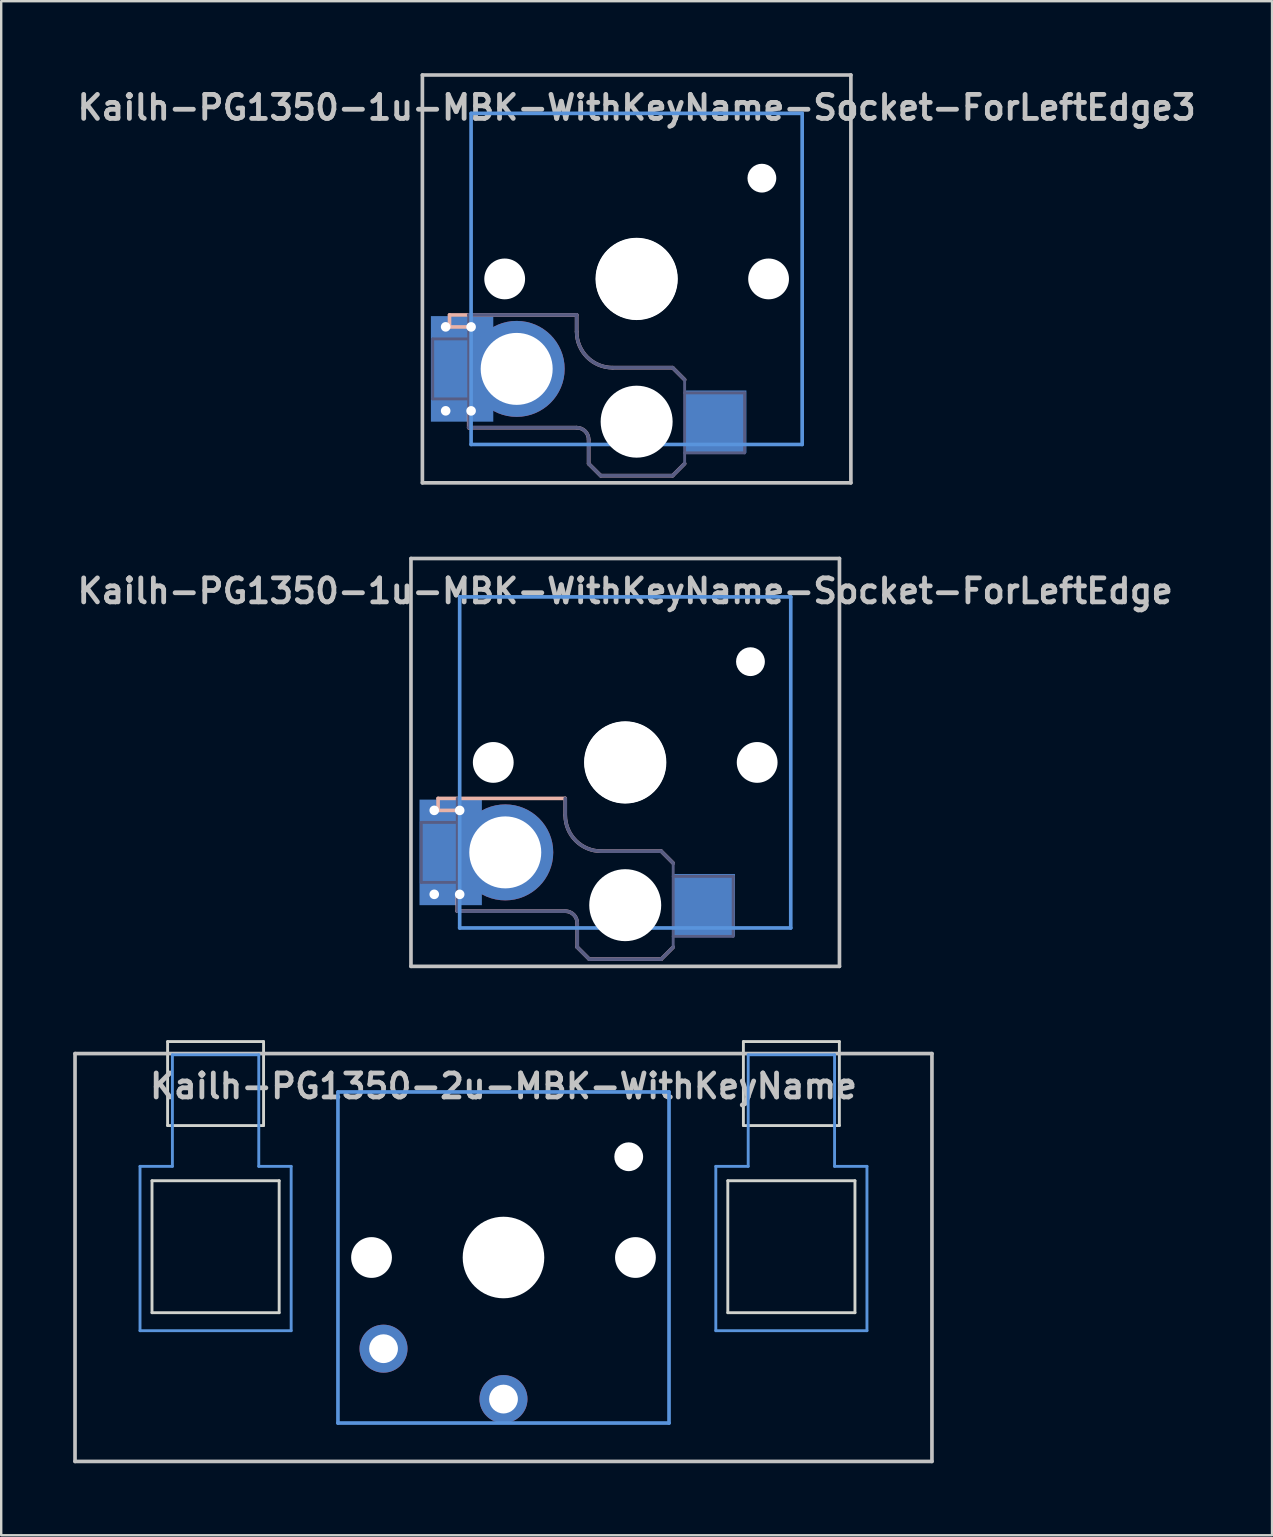
<source format=kicad_pcb>
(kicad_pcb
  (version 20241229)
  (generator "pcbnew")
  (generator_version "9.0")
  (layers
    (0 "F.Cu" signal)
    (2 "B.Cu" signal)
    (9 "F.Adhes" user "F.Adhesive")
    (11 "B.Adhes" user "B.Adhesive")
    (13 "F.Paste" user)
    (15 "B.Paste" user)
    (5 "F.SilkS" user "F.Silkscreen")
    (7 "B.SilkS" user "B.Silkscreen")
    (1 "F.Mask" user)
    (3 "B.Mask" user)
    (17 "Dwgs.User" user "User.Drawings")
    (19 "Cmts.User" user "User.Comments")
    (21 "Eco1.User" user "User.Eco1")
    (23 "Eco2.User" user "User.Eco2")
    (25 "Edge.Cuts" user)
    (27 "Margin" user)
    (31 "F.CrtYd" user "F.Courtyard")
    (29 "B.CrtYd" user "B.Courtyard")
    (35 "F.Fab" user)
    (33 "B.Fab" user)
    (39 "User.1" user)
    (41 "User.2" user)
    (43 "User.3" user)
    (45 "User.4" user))
  (footprint "Kailh-PG1350-1u-MBK-WithKeyName-Socket-ForLeftEdge3"
    (layer "F.Cu")
    (at 23.486 8.576)
    (property "Reference" "Kailh-PG1350-1u-MBK-WithKeyName-Socket-ForLeftEdge3" (at 0 -7.144 180) (layer "Dwgs.User") (effects (font (size 1 1) (thickness 0.2))))
    (attr through_hole)
    (fp_line (start -7.8 1.5) (end -7.8 2) (stroke (width 0.15) (type solid)) (layer "B.SilkS"))
    (fp_line (start -7 2) (end -7.8 2) (stroke (width 0.15) (type solid)) (layer "B.SilkS"))
    (fp_line (start -7 5.6) (end -7 6.2) (stroke (width 0.15) (type solid)) (layer "B.SilkS"))
    (fp_line (start -7 6.2) (end -2.5 6.2) (stroke (width 0.15) (type solid)) (layer "B.SilkS"))
    (fp_line (start -2.5 1.5) (end -7.8 1.5) (stroke (width 0.15) (type solid)) (layer "B.SilkS"))
    (fp_line (start -2.5 2.2) (end -2.5 1.5) (stroke (width 0.15) (type solid)) (layer "B.SilkS"))
    (fp_line (start -2 6.7) (end -2 7.7) (stroke (width 0.15) (type solid)) (layer "B.SilkS"))
    (fp_line (start -1.5 8.2) (end -2 7.7) (stroke (width 0.15) (type solid)) (layer "B.SilkS"))
    (fp_line (start 1.5 3.7) (end -1 3.7) (stroke (width 0.15) (type solid)) (layer "B.SilkS"))
    (fp_line (start 1.5 8.2) (end -1.5 8.2) (stroke (width 0.15) (type solid)) (layer "B.SilkS"))
    (fp_line (start 2 4.2) (end 1.5 3.7) (stroke (width 0.15) (type solid)) (layer "B.SilkS"))
    (fp_line (start 2 7.7) (end 1.5 8.2) (stroke (width 0.15) (type solid)) (layer "B.SilkS"))
    (fp_arc (start -2.5 6.2) (mid -2.146447 6.346447) (end -2 6.7) (stroke (width 0.15) (type solid)) (layer "B.SilkS"))
    (fp_arc (start -1 3.7) (mid -2.06066 3.26066) (end -2.5 2.2) (stroke (width 0.15) (type solid)) (layer "B.SilkS"))
    (fp_line (start -8.93 -8.5) (end 8.93 -8.5) (stroke (width 0.152) (type solid)) (layer "Dwgs.User"))
    (fp_line (start -8.93 8.5) (end -8.93 -8.5) (stroke (width 0.152) (type solid)) (layer "Dwgs.User"))
    (fp_line (start 8.93 -8.5) (end 8.93 8.5) (stroke (width 0.152) (type solid)) (layer "Dwgs.User"))
    (fp_line (start 8.93 8.5) (end -8.93 8.5) (stroke (width 0.152) (type solid)) (layer "Dwgs.User"))
    (fp_line (start -6.9 -6.9) (end 6.9 -6.9) (stroke (width 0.152) (type solid)) (layer "Cmts.User"))
    (fp_line (start -6.9 6.9) (end -6.9 -6.9) (stroke (width 0.152) (type solid)) (layer "Cmts.User"))
    (fp_line (start 6.9 -6.9) (end 6.9 6.9) (stroke (width 0.152) (type solid)) (layer "Cmts.User"))
    (fp_line (start 6.9 6.9) (end -6.9 6.9) (stroke (width 0.152) (type solid)) (layer "Cmts.User"))
    (fp_line (start -7.5 -7.5) (end 7.5 -7.5) (stroke (width 0.152) (type solid)) (layer "Eco2.User"))
    (fp_line (start -7.5 7.5) (end -7.5 -7.5) (stroke (width 0.152) (type solid)) (layer "Eco2.User"))
    (fp_line (start -2.6 -3.1) (end -2.6 -6.3) (stroke (width 0.15) (type solid)) (layer "Eco2.User"))
    (fp_line (start -2.6 -3.1) (end 2.6 -3.1) (stroke (width 0.15) (type solid)) (layer "Eco2.User"))
    (fp_line (start 2.6 -6.3) (end -2.6 -6.3) (stroke (width 0.15) (type solid)) (layer "Eco2.User"))
    (fp_line (start 2.6 -3.1) (end 2.6 -6.3) (stroke (width 0.15) (type solid)) (layer "Eco2.User"))
    (fp_line (start 7.5 -7.5) (end 7.5 7.5) (stroke (width 0.152) (type solid)) (layer "Eco2.User"))
    (fp_line (start 7.5 7.5) (end -7.5 7.5) (stroke (width 0.152) (type solid)) (layer "Eco2.User"))
    (fp_line (start -8.5 2.5) (end -7 2.5) (stroke (width 0.12) (type solid)) (layer "B.Fab"))
    (fp_line (start -8.5 5) (end -8.5 2.5) (stroke (width 0.12) (type solid)) (layer "B.Fab"))
    (fp_line (start -7 1.5) (end -7 6.2) (stroke (width 0.12) (type solid)) (layer "B.Fab"))
    (fp_line (start -7 5) (end -8.5 5) (stroke (width 0.12) (type solid)) (layer "B.Fab"))
    (fp_line (start -7 6.2) (end -2.5 6.2) (stroke (width 0.15) (type solid)) (layer "B.Fab"))
    (fp_line (start -2.5 1.5) (end -7 1.5) (stroke (width 0.15) (type solid)) (layer "B.Fab"))
    (fp_line (start -2.5 2.2) (end -2.5 1.5) (stroke (width 0.15) (type solid)) (layer "B.Fab"))
    (fp_line (start -2 6.7) (end -2 7.7) (stroke (width 0.15) (type solid)) (layer "B.Fab"))
    (fp_line (start -1.5 8.2) (end -2 7.7) (stroke (width 0.15) (type solid)) (layer "B.Fab"))
    (fp_line (start 1.5 3.7) (end -1 3.7) (stroke (width 0.15) (type solid)) (layer "B.Fab"))
    (fp_line (start 1.5 8.2) (end -1.5 8.2) (stroke (width 0.15) (type solid)) (layer "B.Fab"))
    (fp_line (start 2 4.2) (end 1.5 3.7) (stroke (width 0.15) (type solid)) (layer "B.Fab"))
    (fp_line (start 2 4.25) (end 2 7.7) (stroke (width 0.12) (type solid)) (layer "B.Fab"))
    (fp_line (start 2 4.75) (end 4.5 4.75) (stroke (width 0.12) (type solid)) (layer "B.Fab"))
    (fp_line (start 2 7.7) (end 1.5 8.2) (stroke (width 0.15) (type solid)) (layer "B.Fab"))
    (fp_line (start 4.5 4.75) (end 4.5 7.25) (stroke (width 0.12) (type solid)) (layer "B.Fab"))
    (fp_line (start 4.5 7.25) (end 2 7.25) (stroke (width 0.12) (type solid)) (layer "B.Fab"))
    (fp_arc (start -2.5 6.2) (mid -2.146447 6.346447) (end -2 6.7) (stroke (width 0.15) (type solid)) (layer "B.Fab"))
    (fp_arc (start -1 3.7) (mid -2.06066 3.26066) (end -2.5 2.2) (stroke (width 0.15) (type solid)) (layer "B.Fab"))
    (pad "" smd rect (at -7.525 3.75) (size 2.1 2) (layers "B.Mask" "B.Paste"))
    (pad "" np_thru_hole circle (at -5.5 0 180) (size 1.7 1.7) (drill 1.7) (layers "*.Cu" "*.Mask"))
    (pad "" np_thru_hole circle (at 0 0 180) (size 3.4 3.4) (drill 3.4) (layers "*.Cu" "*.Mask"))
    (pad "" np_thru_hole circle (at 0 0) (size 3.429 3.429) (drill 3.429) (layers "*.Cu" "*.Mask"))
    (pad "" np_thru_hole circle (at 0 5.95) (size 3 3) (drill 3) (layers "*.Cu" "*.Mask"))
    (pad "" np_thru_hole circle (at 5.22 -4.2 180) (size 1.2 1.2) (drill 1.2) (layers "*.Cu" "*.Mask"))
    (pad "" np_thru_hole circle (at 5.5 0 180) (size 1.7 1.7) (drill 1.7) (layers "*.Cu" "*.Mask"))
    (pad "1" smd rect (at 3.275 5.95) (size 2.6 2.6) (layers "B.Cu" "B.Mask" "B.Paste"))
    (pad "2" thru_hole circle (at -7.96 1.998) (size 0.8 0.8) (drill 0.4) (layers "*.Cu"))
    (pad "2" thru_hole circle (at -7.96 5.498) (size 0.8 0.8) (drill 0.4) (layers "*.Cu"))
    (pad "2" smd rect (at -7.275 3.75) (size 2.6 4.4) (layers "B.Cu"))
    (pad "2" thru_hole circle (at -6.9 2) (size 0.8 0.8) (drill 0.4) (layers "*.Cu"))
    (pad "2" thru_hole circle (at -6.9 5.5) (size 0.8 0.8) (drill 0.4) (layers "*.Cu"))
    (pad "2" thru_hole circle (at -5 3.75) (size 4 4) (drill 3) (layers "*.Cu")))
  (footprint "Kailh-PG1350-2u-MBK-WithKeyName"
    (layer "F.Cu")
    (at 17.936 49.365)
    (property "Reference" "Kailh-PG1350-2u-MBK-WithKeyName" (at 0 -7.144 180) (layer "Dwgs.User") (effects (font (size 1 1) (thickness 0.2))))
    (attr through_hole)
    (fp_line (start -17.859 -8.5) (end 17.859 -8.5) (stroke (width 0.152) (type solid)) (layer "Dwgs.User"))
    (fp_line (start -17.859 8.5) (end -17.859 -8.5) (stroke (width 0.152) (type solid)) (layer "Dwgs.User"))
    (fp_line (start 17.859 -8.5) (end 17.859 8.5) (stroke (width 0.152) (type solid)) (layer "Dwgs.User"))
    (fp_line (start 17.859 8.5) (end -17.859 8.5) (stroke (width 0.152) (type solid)) (layer "Dwgs.User"))
    (fp_line (start -15.15 -3.8) (end -13.8 -3.8) (stroke (width 0.12) (type solid)) (layer "Cmts.User"))
    (fp_line (start -15.15 3.05) (end -15.15 -3.8) (stroke (width 0.12) (type solid)) (layer "Cmts.User"))
    (fp_line (start -15.15 3.05) (end -8.85 3.05) (stroke (width 0.12) (type solid)) (layer "Cmts.User"))
    (fp_line (start -13.8 -8.45) (end -13.8 -3.8) (stroke (width 0.12) (type solid)) (layer "Cmts.User"))
    (fp_line (start -13.8 -8.45) (end -10.2 -8.45) (stroke (width 0.12) (type solid)) (layer "Cmts.User"))
    (fp_line (start -10.2 -8.45) (end -10.2 -3.8) (stroke (width 0.12) (type solid)) (layer "Cmts.User"))
    (fp_line (start -10.2 -3.8) (end -8.85 -3.8) (stroke (width 0.12) (type solid)) (layer "Cmts.User"))
    (fp_line (start -8.85 3.05) (end -8.85 -3.8) (stroke (width 0.12) (type solid)) (layer "Cmts.User"))
    (fp_line (start -6.9 -6.9) (end 6.9 -6.9) (stroke (width 0.152) (type solid)) (layer "Cmts.User"))
    (fp_line (start -6.9 6.9) (end -6.9 -6.9) (stroke (width 0.152) (type solid)) (layer "Cmts.User"))
    (fp_line (start 6.9 -6.9) (end 6.9 6.9) (stroke (width 0.152) (type solid)) (layer "Cmts.User"))
    (fp_line (start 6.9 6.9) (end -6.9 6.9) (stroke (width 0.152) (type solid)) (layer "Cmts.User"))
    (fp_line (start 8.85 -3.8) (end 10.2 -3.8) (stroke (width 0.12) (type solid)) (layer "Cmts.User"))
    (fp_line (start 8.85 3.05) (end 8.85 -3.8) (stroke (width 0.12) (type solid)) (layer "Cmts.User"))
    (fp_line (start 8.85 3.05) (end 15.15 3.05) (stroke (width 0.12) (type solid)) (layer "Cmts.User"))
    (fp_line (start 10.2 -8.45) (end 10.2 -3.8) (stroke (width 0.12) (type solid)) (layer "Cmts.User"))
    (fp_line (start 10.2 -8.45) (end 13.8 -8.45) (stroke (width 0.12) (type solid)) (layer "Cmts.User"))
    (fp_line (start 13.8 -8.45) (end 13.8 -3.8) (stroke (width 0.12) (type solid)) (layer "Cmts.User"))
    (fp_line (start 13.8 -3.8) (end 15.15 -3.8) (stroke (width 0.12) (type solid)) (layer "Cmts.User"))
    (fp_line (start 15.15 3.05) (end 15.15 -3.8) (stroke (width 0.12) (type solid)) (layer "Cmts.User"))
    (fp_line (start -7.5 -7.5) (end 7.5 -7.5) (stroke (width 0.152) (type solid)) (layer "Eco2.User"))
    (fp_line (start -7.5 7.5) (end -7.5 -7.5) (stroke (width 0.152) (type solid)) (layer "Eco2.User"))
    (fp_line (start -2.6 -3.1) (end -2.6 -6.3) (stroke (width 0.15) (type solid)) (layer "Eco2.User"))
    (fp_line (start -2.6 -3.1) (end 2.6 -3.1) (stroke (width 0.15) (type solid)) (layer "Eco2.User"))
    (fp_line (start 2.6 -6.3) (end -2.6 -6.3) (stroke (width 0.15) (type solid)) (layer "Eco2.User"))
    (fp_line (start 2.6 -3.1) (end 2.6 -6.3) (stroke (width 0.15) (type solid)) (layer "Eco2.User"))
    (fp_line (start 7.5 -7.5) (end 7.5 7.5) (stroke (width 0.152) (type solid)) (layer "Eco2.User"))
    (fp_line (start 7.5 7.5) (end -7.5 7.5) (stroke (width 0.152) (type solid)) (layer "Eco2.User"))
    (fp_line (start -14.65 -3.2) (end -14.65 2.3) (stroke (width 0.12) (type solid)) (layer "Edge.Cuts"))
    (fp_line (start -14.65 -3.2) (end -9.35 -3.2) (stroke (width 0.12) (type solid)) (layer "Edge.Cuts"))
    (fp_line (start -14.65 2.3) (end -9.35 2.3) (stroke (width 0.12) (type solid)) (layer "Edge.Cuts"))
    (fp_line (start -14 -9) (end -14 -5.5) (stroke (width 0.12) (type solid)) (layer "Edge.Cuts"))
    (fp_line (start -14 -9) (end -10 -9) (stroke (width 0.12) (type solid)) (layer "Edge.Cuts"))
    (fp_line (start -14 -5.5) (end -10 -5.5) (stroke (width 0.12) (type solid)) (layer "Edge.Cuts"))
    (fp_line (start -10 -5.5) (end -10 -9) (stroke (width 0.12) (type solid)) (layer "Edge.Cuts"))
    (fp_line (start -9.35 2.3) (end -9.35 -3.2) (stroke (width 0.12) (type solid)) (layer "Edge.Cuts"))
    (fp_line (start 9.35 -3.2) (end 9.35 2.3) (stroke (width 0.12) (type solid)) (layer "Edge.Cuts"))
    (fp_line (start 9.35 -3.2) (end 14.65 -3.2) (stroke (width 0.12) (type solid)) (layer "Edge.Cuts"))
    (fp_line (start 9.35 2.3) (end 14.65 2.3) (stroke (width 0.12) (type solid)) (layer "Edge.Cuts"))
    (fp_line (start 10 -9) (end 10 -5.5) (stroke (width 0.12) (type solid)) (layer "Edge.Cuts"))
    (fp_line (start 10 -9) (end 14 -9) (stroke (width 0.12) (type solid)) (layer "Edge.Cuts"))
    (fp_line (start 10 -5.5) (end 14 -5.5) (stroke (width 0.12) (type solid)) (layer "Edge.Cuts"))
    (fp_line (start 14 -5.5) (end 14 -9) (stroke (width 0.12) (type solid)) (layer "Edge.Cuts"))
    (fp_line (start 14.65 2.3) (end 14.65 -3.2) (stroke (width 0.12) (type solid)) (layer "Edge.Cuts"))
    (pad "" np_thru_hole circle (at -5.5 0 180) (size 1.7 1.7) (drill 1.7) (layers "*.Cu" "*.Mask"))
    (pad "" np_thru_hole circle (at 0 0 180) (size 3.4 3.4) (drill 3.4) (layers "*.Cu" "*.Mask"))
    (pad "" np_thru_hole circle (at 5.22 -4.2 180) (size 1.2 1.2) (drill 1.2) (layers "*.Cu" "*.Mask"))
    (pad "" np_thru_hole circle (at 5.5 0 180) (size 1.7 1.7) (drill 1.7) (layers "*.Cu" "*.Mask"))
    (pad "1" thru_hole circle (at 0 5.9 180) (size 2 2) (drill 1.2) (layers "*.Cu" "*.Mask"))
    (pad "2" thru_hole circle (at -5 3.8 41.9) (size 2 2) (drill 1.2) (layers "*.Cu" "*.Mask")))
  (footprint "Kailh-PG1350-1u-MBK-WithKeyName-Socket-ForLeftEdge"
    (layer "F.Cu")
    (at 23.01 28.729)
    (property "Reference" "Kailh-PG1350-1u-MBK-WithKeyName-Socket-ForLeftEdge" (at 0 -7.144 180) (layer "Dwgs.User") (effects (font (size 1 1) (thickness 0.2))))
    (attr through_hole)
    (fp_line (start -7.8 1.5) (end -7.8 2) (stroke (width 0.15) (type solid)) (layer "B.SilkS"))
    (fp_line (start -7 2) (end -7.8 2) (stroke (width 0.15) (type solid)) (layer "B.SilkS"))
    (fp_line (start -7 5.6) (end -7 6.2) (stroke (width 0.15) (type solid)) (layer "B.SilkS"))
    (fp_line (start -7 6.2) (end -2.5 6.2) (stroke (width 0.15) (type solid)) (layer "B.SilkS"))
    (fp_line (start -2.5 1.5) (end -7.8 1.5) (stroke (width 0.15) (type solid)) (layer "B.SilkS"))
    (fp_line (start -2.5 2.2) (end -2.5 1.5) (stroke (width 0.15) (type solid)) (layer "B.SilkS"))
    (fp_line (start -2 6.7) (end -2 7.7) (stroke (width 0.15) (type solid)) (layer "B.SilkS"))
    (fp_line (start -1.5 8.2) (end -2 7.7) (stroke (width 0.15) (type solid)) (layer "B.SilkS"))
    (fp_line (start 1.5 3.7) (end -1 3.7) (stroke (width 0.15) (type solid)) (layer "B.SilkS"))
    (fp_line (start 1.5 8.2) (end -1.5 8.2) (stroke (width 0.15) (type solid)) (layer "B.SilkS"))
    (fp_line (start 2 4.2) (end 1.5 3.7) (stroke (width 0.15) (type solid)) (layer "B.SilkS"))
    (fp_line (start 2 7.7) (end 1.5 8.2) (stroke (width 0.15) (type solid)) (layer "B.SilkS"))
    (fp_arc (start -2.5 6.2) (mid -2.146447 6.346447) (end -2 6.7) (stroke (width 0.15) (type solid)) (layer "B.SilkS"))
    (fp_arc (start -1 3.7) (mid -2.06066 3.26066) (end -2.5 2.2) (stroke (width 0.15) (type solid)) (layer "B.SilkS"))
    (fp_line (start -8.93 -8.5) (end 8.93 -8.5) (stroke (width 0.152) (type solid)) (layer "Dwgs.User"))
    (fp_line (start -8.93 8.5) (end -8.93 -8.5) (stroke (width 0.152) (type solid)) (layer "Dwgs.User"))
    (fp_line (start 8.93 -8.5) (end 8.93 8.5) (stroke (width 0.152) (type solid)) (layer "Dwgs.User"))
    (fp_line (start 8.93 8.5) (end -8.93 8.5) (stroke (width 0.152) (type solid)) (layer "Dwgs.User"))
    (fp_line (start -6.9 -6.9) (end 6.9 -6.9) (stroke (width 0.152) (type solid)) (layer "Cmts.User"))
    (fp_line (start -6.9 6.9) (end -6.9 -6.9) (stroke (width 0.152) (type solid)) (layer "Cmts.User"))
    (fp_line (start 6.9 -6.9) (end 6.9 6.9) (stroke (width 0.152) (type solid)) (layer "Cmts.User"))
    (fp_line (start 6.9 6.9) (end -6.9 6.9) (stroke (width 0.152) (type solid)) (layer "Cmts.User"))
    (fp_line (start -7.5 -7.5) (end 7.5 -7.5) (stroke (width 0.152) (type solid)) (layer "Eco2.User"))
    (fp_line (start -7.5 7.5) (end -7.5 -7.5) (stroke (width 0.152) (type solid)) (layer "Eco2.User"))
    (fp_line (start -2.6 -3.1) (end -2.6 -6.3) (stroke (width 0.15) (type solid)) (layer "Eco2.User"))
    (fp_line (start -2.6 -3.1) (end 2.6 -3.1) (stroke (width 0.15) (type solid)) (layer "Eco2.User"))
    (fp_line (start 2.6 -6.3) (end -2.6 -6.3) (stroke (width 0.15) (type solid)) (layer "Eco2.User"))
    (fp_line (start 2.6 -3.1) (end 2.6 -6.3) (stroke (width 0.15) (type solid)) (layer "Eco2.User"))
    (fp_line (start 7.5 -7.5) (end 7.5 7.5) (stroke (width 0.152) (type solid)) (layer "Eco2.User"))
    (fp_line (start 7.5 7.5) (end -7.5 7.5) (stroke (width 0.152) (type solid)) (layer "Eco2.User"))
    (fp_line (start -8.5 2.5) (end -7 2.5) (stroke (width 0.12) (type solid)) (layer "B.Fab"))
    (fp_line (start -8.5 5) (end -8.5 2.5) (stroke (width 0.12) (type solid)) (layer "B.Fab"))
    (fp_line (start -7 1.5) (end -7 6.2) (stroke (width 0.12) (type solid)) (layer "B.Fab"))
    (fp_line (start -7 5) (end -8.5 5) (stroke (width 0.12) (type solid)) (layer "B.Fab"))
    (fp_line (start -7 6.2) (end -2.5 6.2) (stroke (width 0.15) (type solid)) (layer "B.Fab"))
    (fp_line (start -2.5 2.2) (end -2.5 1.5) (stroke (width 0.15) (type solid)) (layer "B.Fab"))
    (fp_line (start -2 6.7) (end -2 7.7) (stroke (width 0.15) (type solid)) (layer "B.Fab"))
    (fp_line (start -1.5 8.2) (end -2 7.7) (stroke (width 0.15) (type solid)) (layer "B.Fab"))
    (fp_line (start 1.5 3.7) (end -1 3.7) (stroke (width 0.15) (type solid)) (layer "B.Fab"))
    (fp_line (start 1.5 8.2) (end -1.5 8.2) (stroke (width 0.15) (type solid)) (layer "B.Fab"))
    (fp_line (start 2 4.2) (end 1.5 3.7) (stroke (width 0.15) (type solid)) (layer "B.Fab"))
    (fp_line (start 2 4.25) (end 2 7.7) (stroke (width 0.12) (type solid)) (layer "B.Fab"))
    (fp_line (start 2 4.75) (end 4.5 4.75) (stroke (width 0.12) (type solid)) (layer "B.Fab"))
    (fp_line (start 2 7.7) (end 1.5 8.2) (stroke (width 0.15) (type solid)) (layer "B.Fab"))
    (fp_line (start 4.5 4.75) (end 4.5 7.25) (stroke (width 0.12) (type solid)) (layer "B.Fab"))
    (fp_line (start 4.5 7.25) (end 2 7.25) (stroke (width 0.12) (type solid)) (layer "B.Fab"))
    (fp_arc (start -2.5 6.2) (mid -2.146447 6.346447) (end -2 6.7) (stroke (width 0.15) (type solid)) (layer "B.Fab"))
    (fp_arc (start -1 3.7) (mid -2.06066 3.26066) (end -2.5 2.2) (stroke (width 0.15) (type solid)) (layer "B.Fab"))
    (pad "" smd rect (at -7.525 3.75) (size 2.1 2.7) (layers "B.Mask" "B.Paste"))
    (pad "" np_thru_hole circle (at -5.5 0 180) (size 1.7 1.7) (drill 1.7) (layers "*.Cu" "*.Mask"))
    (pad "" np_thru_hole circle (at 0 0 180) (size 3.4 3.4) (drill 3.4) (layers "*.Cu" "*.Mask"))
    (pad "" np_thru_hole circle (at 0 0) (size 3.429 3.429) (drill 3.429) (layers "*.Cu" "*.Mask"))
    (pad "" np_thru_hole circle (at 0 5.95) (size 3 3) (drill 3) (layers "*.Cu" "*.Mask"))
    (pad "" np_thru_hole circle (at 5.22 -4.2 180) (size 1.2 1.2) (drill 1.2) (layers "*.Cu" "*.Mask"))
    (pad "" np_thru_hole circle (at 5.5 0 180) (size 1.7 1.7) (drill 1.7) (layers "*.Cu" "*.Mask"))
    (pad "1" smd rect (at 3.275 5.95) (size 2.6 2.6) (layers "B.Cu" "B.Mask" "B.Paste"))
    (pad "2" thru_hole circle (at -7.96 1.998) (size 0.8 0.8) (drill 0.4) (layers "*.Cu"))
    (pad "2" thru_hole circle (at -7.96 5.498) (size 0.8 0.8) (drill 0.4) (layers "*.Cu"))
    (pad "2" smd rect (at -7.275 3.75) (size 2.6 4.4) (layers "B.Cu"))
    (pad "2" thru_hole circle (at -6.9 2) (size 0.8 0.8) (drill 0.4) (layers "*.Cu"))
    (pad "2" thru_hole circle (at -6.9 5.5) (size 0.8 0.8) (drill 0.4) (layers "*.Cu"))
    (pad "2" thru_hole circle (at -5 3.75) (size 4 4) (drill 3) (layers "*.Cu")))
  (gr_rect
    (start -3 -3)
    (end 49.971 60.941)
    (stroke (width 0.1) (type default))
    (fill no)
    (layer "Edge.Cuts")))
</source>
